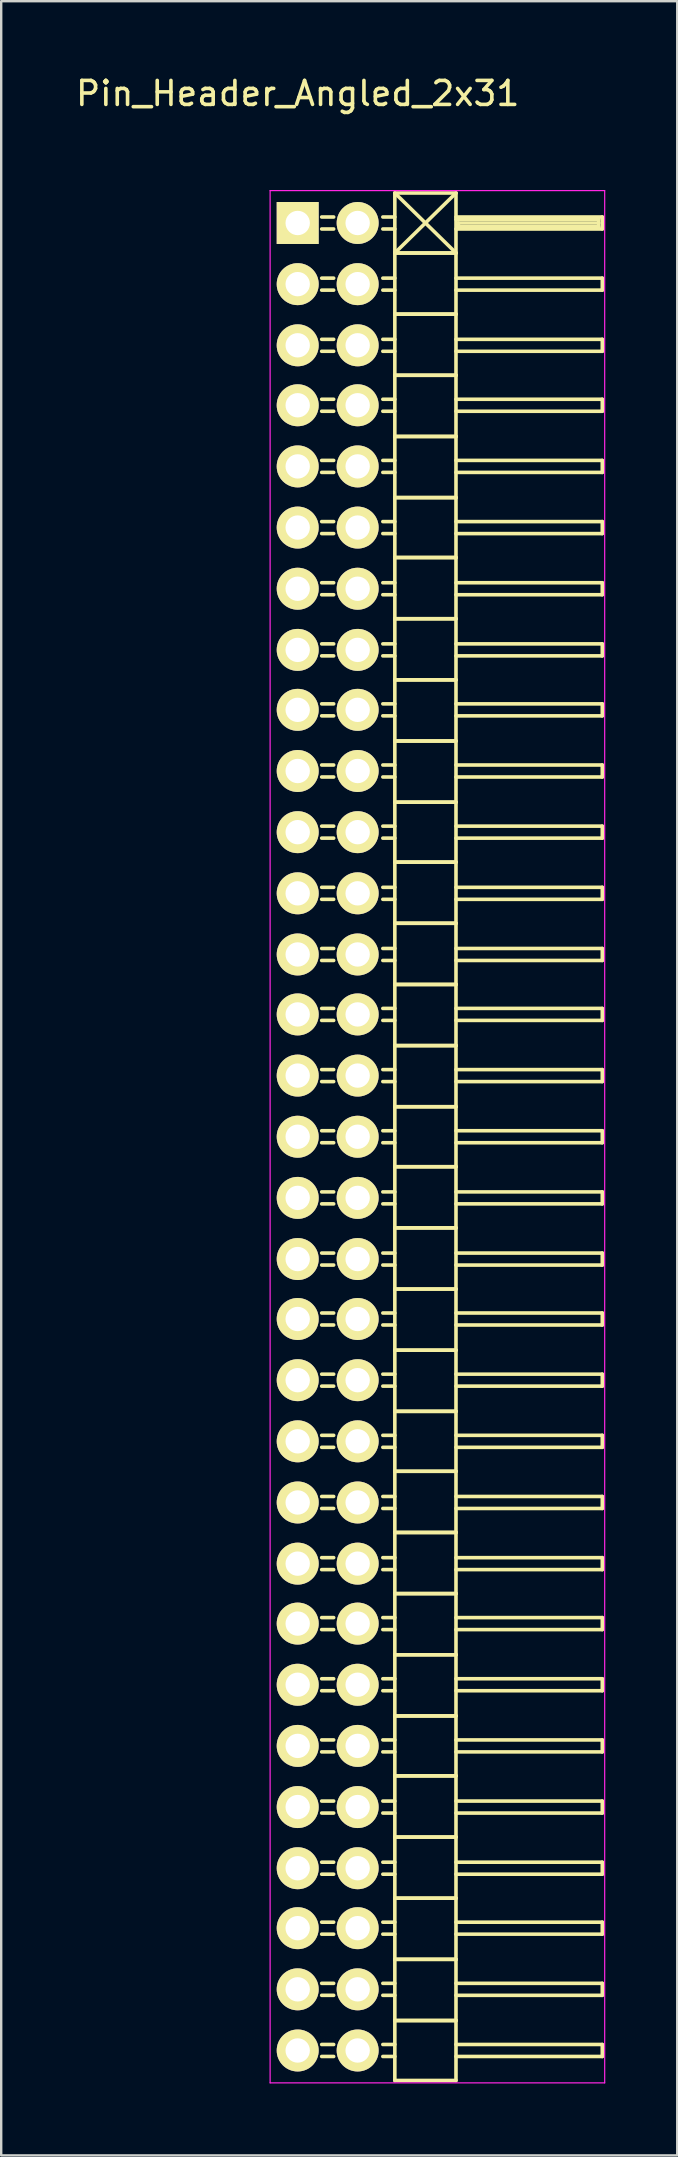
<source format=kicad_pcb>
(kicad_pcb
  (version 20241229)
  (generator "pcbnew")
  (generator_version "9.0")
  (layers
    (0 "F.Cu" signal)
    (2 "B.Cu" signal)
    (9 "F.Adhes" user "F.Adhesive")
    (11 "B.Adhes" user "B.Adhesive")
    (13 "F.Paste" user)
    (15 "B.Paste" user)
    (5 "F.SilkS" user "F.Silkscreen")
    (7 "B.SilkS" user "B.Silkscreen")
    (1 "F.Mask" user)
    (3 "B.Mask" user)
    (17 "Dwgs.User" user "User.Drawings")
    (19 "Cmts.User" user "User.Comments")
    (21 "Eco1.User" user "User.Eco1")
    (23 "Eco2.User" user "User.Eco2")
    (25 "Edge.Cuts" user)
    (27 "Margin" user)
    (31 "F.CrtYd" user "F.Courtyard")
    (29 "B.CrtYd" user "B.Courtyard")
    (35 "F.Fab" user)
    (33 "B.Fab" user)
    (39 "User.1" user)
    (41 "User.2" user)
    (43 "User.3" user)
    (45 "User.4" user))
  (footprint "Pin_Header_Angled_2x31"
    (layer "F.Cu")
    (at 9.363 6.248)
    (property "Reference" "Pin_Header_Angled_2x31" (at 0 -5.4 0) (layer "F.SilkS") (effects (font (size 1 1) (thickness 0.15))))
    (attr through_hole)
    (fp_line (start 1.5 -0.25) (end 1 -0.25) (stroke (width 0.15) (type solid)) (layer "F.SilkS"))
    (fp_line (start 1.5 0.25) (end 1 0.25) (stroke (width 0.15) (type solid)) (layer "F.SilkS"))
    (fp_line (start 1.5 2.3) (end 1 2.3) (stroke (width 0.15) (type solid)) (layer "F.SilkS"))
    (fp_line (start 1.5 2.8) (end 1 2.8) (stroke (width 0.15) (type solid)) (layer "F.SilkS"))
    (fp_line (start 1.5 4.85) (end 1 4.85) (stroke (width 0.15) (type solid)) (layer "F.SilkS"))
    (fp_line (start 1.5 5.35) (end 1 5.35) (stroke (width 0.15) (type solid)) (layer "F.SilkS"))
    (fp_line (start 1.5 7.35) (end 1 7.35) (stroke (width 0.15) (type solid)) (layer "F.SilkS"))
    (fp_line (start 1.5 7.85) (end 1 7.85) (stroke (width 0.15) (type solid)) (layer "F.SilkS"))
    (fp_line (start 1.5 9.9) (end 1 9.9) (stroke (width 0.15) (type solid)) (layer "F.SilkS"))
    (fp_line (start 1.5 10.4) (end 1 10.4) (stroke (width 0.15) (type solid)) (layer "F.SilkS"))
    (fp_line (start 1.5 12.45) (end 1 12.45) (stroke (width 0.15) (type solid)) (layer "F.SilkS"))
    (fp_line (start 1.5 12.95) (end 1 12.95) (stroke (width 0.15) (type solid)) (layer "F.SilkS"))
    (fp_line (start 1.5 15) (end 1 15) (stroke (width 0.15) (type solid)) (layer "F.SilkS"))
    (fp_line (start 1.5 15.5) (end 1 15.5) (stroke (width 0.15) (type solid)) (layer "F.SilkS"))
    (fp_line (start 1.5 17.55) (end 1 17.55) (stroke (width 0.15) (type solid)) (layer "F.SilkS"))
    (fp_line (start 1.5 18.05) (end 1 18.05) (stroke (width 0.15) (type solid)) (layer "F.SilkS"))
    (fp_line (start 1.5 20.05) (end 1 20.05) (stroke (width 0.15) (type solid)) (layer "F.SilkS"))
    (fp_line (start 1.5 20.55) (end 1 20.55) (stroke (width 0.15) (type solid)) (layer "F.SilkS"))
    (fp_line (start 1.5 22.6) (end 1 22.6) (stroke (width 0.15) (type solid)) (layer "F.SilkS"))
    (fp_line (start 1.5 23.1) (end 1 23.1) (stroke (width 0.15) (type solid)) (layer "F.SilkS"))
    (fp_line (start 1.5 25.15) (end 1 25.15) (stroke (width 0.15) (type solid)) (layer "F.SilkS"))
    (fp_line (start 1.5 25.65) (end 1 25.65) (stroke (width 0.15) (type solid)) (layer "F.SilkS"))
    (fp_line (start 1.5 27.7) (end 1 27.7) (stroke (width 0.15) (type solid)) (layer "F.SilkS"))
    (fp_line (start 1.5 28.2) (end 1 28.2) (stroke (width 0.15) (type solid)) (layer "F.SilkS"))
    (fp_line (start 1.5 30.25) (end 1 30.25) (stroke (width 0.15) (type solid)) (layer "F.SilkS"))
    (fp_line (start 1.5 30.75) (end 1 30.75) (stroke (width 0.15) (type solid)) (layer "F.SilkS"))
    (fp_line (start 1.5 32.75) (end 1 32.75) (stroke (width 0.15) (type solid)) (layer "F.SilkS"))
    (fp_line (start 1.5 33.25) (end 1 33.25) (stroke (width 0.15) (type solid)) (layer "F.SilkS"))
    (fp_line (start 1.5 35.3) (end 1 35.3) (stroke (width 0.15) (type solid)) (layer "F.SilkS"))
    (fp_line (start 1.5 35.8) (end 1 35.8) (stroke (width 0.15) (type solid)) (layer "F.SilkS"))
    (fp_line (start 1.5 37.85) (end 1 37.85) (stroke (width 0.15) (type solid)) (layer "F.SilkS"))
    (fp_line (start 1.5 38.35) (end 1 38.35) (stroke (width 0.15) (type solid)) (layer "F.SilkS"))
    (fp_line (start 1.5 40.4) (end 1 40.4) (stroke (width 0.15) (type solid)) (layer "F.SilkS"))
    (fp_line (start 1.5 40.9) (end 1 40.9) (stroke (width 0.15) (type solid)) (layer "F.SilkS"))
    (fp_line (start 1.5 42.95) (end 1 42.95) (stroke (width 0.15) (type solid)) (layer "F.SilkS"))
    (fp_line (start 1.5 43.45) (end 1 43.45) (stroke (width 0.15) (type solid)) (layer "F.SilkS"))
    (fp_line (start 1.5 45.45) (end 1 45.45) (stroke (width 0.15) (type solid)) (layer "F.SilkS"))
    (fp_line (start 1.5 45.95) (end 1 45.95) (stroke (width 0.15) (type solid)) (layer "F.SilkS"))
    (fp_line (start 1.5 48) (end 1 48) (stroke (width 0.15) (type solid)) (layer "F.SilkS"))
    (fp_line (start 1.5 48.5) (end 1 48.5) (stroke (width 0.15) (type solid)) (layer "F.SilkS"))
    (fp_line (start 1.5 50.55) (end 1 50.55) (stroke (width 0.15) (type solid)) (layer "F.SilkS"))
    (fp_line (start 1.5 51.05) (end 1 51.05) (stroke (width 0.15) (type solid)) (layer "F.SilkS"))
    (fp_line (start 1.5 53.1) (end 1 53.1) (stroke (width 0.15) (type solid)) (layer "F.SilkS"))
    (fp_line (start 1.5 53.6) (end 1 53.6) (stroke (width 0.15) (type solid)) (layer "F.SilkS"))
    (fp_line (start 1.5 55.65) (end 1 55.65) (stroke (width 0.15) (type solid)) (layer "F.SilkS"))
    (fp_line (start 1.5 56.15) (end 1 56.15) (stroke (width 0.15) (type solid)) (layer "F.SilkS"))
    (fp_line (start 1.5 58.15) (end 1 58.15) (stroke (width 0.15) (type solid)) (layer "F.SilkS"))
    (fp_line (start 1.5 58.65) (end 1 58.65) (stroke (width 0.15) (type solid)) (layer "F.SilkS"))
    (fp_line (start 1.5 60.7) (end 1 60.7) (stroke (width 0.15) (type solid)) (layer "F.SilkS"))
    (fp_line (start 1.5 61.2) (end 1 61.2) (stroke (width 0.15) (type solid)) (layer "F.SilkS"))
    (fp_line (start 1.5 63.25) (end 1 63.25) (stroke (width 0.15) (type solid)) (layer "F.SilkS"))
    (fp_line (start 1.5 63.75) (end 1 63.75) (stroke (width 0.15) (type solid)) (layer "F.SilkS"))
    (fp_line (start 1.5 65.8) (end 1 65.8) (stroke (width 0.15) (type solid)) (layer "F.SilkS"))
    (fp_line (start 1.5 66.3) (end 1 66.3) (stroke (width 0.15) (type solid)) (layer "F.SilkS"))
    (fp_line (start 1.5 68.35) (end 1 68.35) (stroke (width 0.15) (type solid)) (layer "F.SilkS"))
    (fp_line (start 1.5 68.85) (end 1 68.85) (stroke (width 0.15) (type solid)) (layer "F.SilkS"))
    (fp_line (start 1.5 70.85) (end 1 70.85) (stroke (width 0.15) (type solid)) (layer "F.SilkS"))
    (fp_line (start 1.5 71.35) (end 1 71.35) (stroke (width 0.15) (type solid)) (layer "F.SilkS"))
    (fp_line (start 1.5 73.4) (end 1 73.4) (stroke (width 0.15) (type solid)) (layer "F.SilkS"))
    (fp_line (start 1.5 73.9) (end 1 73.9) (stroke (width 0.15) (type solid)) (layer "F.SilkS"))
    (fp_line (start 1.5 75.95) (end 1 75.95) (stroke (width 0.15) (type solid)) (layer "F.SilkS"))
    (fp_line (start 1.5 76.45) (end 1 76.45) (stroke (width 0.15) (type solid)) (layer "F.SilkS"))
    (fp_line (start 4.05 -1.25) (end 4.05 1.25) (stroke (width 0.15) (type solid)) (layer "F.SilkS"))
    (fp_line (start 4.05 -1.25) (end 6.6 -1.25) (stroke (width 0.15) (type solid)) (layer "F.SilkS"))
    (fp_line (start 4.05 -1.25) (end 6.6 1.25) (stroke (width 0.15) (type solid)) (layer "F.SilkS"))
    (fp_line (start 4.05 -0.25) (end 3.55 -0.25) (stroke (width 0.15) (type solid)) (layer "F.SilkS"))
    (fp_line (start 4.05 0.25) (end 3.55 0.25) (stroke (width 0.15) (type solid)) (layer "F.SilkS"))
    (fp_line (start 4.05 1.25) (end 4.05 3.8) (stroke (width 0.15) (type solid)) (layer "F.SilkS"))
    (fp_line (start 4.05 1.25) (end 6.6 1.25) (stroke (width 0.15) (type solid)) (layer "F.SilkS"))
    (fp_line (start 4.05 1.25) (end 6.6 1.25) (stroke (width 0.15) (type solid)) (layer "F.SilkS"))
    (fp_line (start 4.05 2.3) (end 3.55 2.3) (stroke (width 0.15) (type solid)) (layer "F.SilkS"))
    (fp_line (start 4.05 2.8) (end 3.55 2.8) (stroke (width 0.15) (type solid)) (layer "F.SilkS"))
    (fp_line (start 4.05 3.8) (end 4.05 6.35) (stroke (width 0.15) (type solid)) (layer "F.SilkS"))
    (fp_line (start 4.05 3.8) (end 6.6 3.8) (stroke (width 0.15) (type solid)) (layer "F.SilkS"))
    (fp_line (start 4.05 3.8) (end 6.6 3.8) (stroke (width 0.15) (type solid)) (layer "F.SilkS"))
    (fp_line (start 4.05 4.85) (end 3.55 4.85) (stroke (width 0.15) (type solid)) (layer "F.SilkS"))
    (fp_line (start 4.05 5.35) (end 3.55 5.35) (stroke (width 0.15) (type solid)) (layer "F.SilkS"))
    (fp_line (start 4.05 6.35) (end 4.05 8.9) (stroke (width 0.15) (type solid)) (layer "F.SilkS"))
    (fp_line (start 4.05 6.35) (end 6.6 6.35) (stroke (width 0.15) (type solid)) (layer "F.SilkS"))
    (fp_line (start 4.05 6.35) (end 6.6 6.35) (stroke (width 0.15) (type solid)) (layer "F.SilkS"))
    (fp_line (start 4.05 7.35) (end 3.55 7.35) (stroke (width 0.15) (type solid)) (layer "F.SilkS"))
    (fp_line (start 4.05 7.85) (end 3.55 7.85) (stroke (width 0.15) (type solid)) (layer "F.SilkS"))
    (fp_line (start 4.05 8.9) (end 4.05 11.45) (stroke (width 0.15) (type solid)) (layer "F.SilkS"))
    (fp_line (start 4.05 8.9) (end 6.6 8.9) (stroke (width 0.15) (type solid)) (layer "F.SilkS"))
    (fp_line (start 4.05 8.9) (end 6.6 8.9) (stroke (width 0.15) (type solid)) (layer "F.SilkS"))
    (fp_line (start 4.05 9.9) (end 3.55 9.9) (stroke (width 0.15) (type solid)) (layer "F.SilkS"))
    (fp_line (start 4.05 10.4) (end 3.55 10.4) (stroke (width 0.15) (type solid)) (layer "F.SilkS"))
    (fp_line (start 4.05 11.45) (end 4.05 13.95) (stroke (width 0.15) (type solid)) (layer "F.SilkS"))
    (fp_line (start 4.05 11.45) (end 6.6 11.45) (stroke (width 0.15) (type solid)) (layer "F.SilkS"))
    (fp_line (start 4.05 11.45) (end 6.6 11.45) (stroke (width 0.15) (type solid)) (layer "F.SilkS"))
    (fp_line (start 4.05 12.45) (end 3.55 12.45) (stroke (width 0.15) (type solid)) (layer "F.SilkS"))
    (fp_line (start 4.05 12.95) (end 3.55 12.95) (stroke (width 0.15) (type solid)) (layer "F.SilkS"))
    (fp_line (start 4.05 13.95) (end 4.05 16.5) (stroke (width 0.15) (type solid)) (layer "F.SilkS"))
    (fp_line (start 4.05 13.95) (end 6.6 13.95) (stroke (width 0.15) (type solid)) (layer "F.SilkS"))
    (fp_line (start 4.05 13.95) (end 6.6 13.95) (stroke (width 0.15) (type solid)) (layer "F.SilkS"))
    (fp_line (start 4.05 15) (end 3.55 15) (stroke (width 0.15) (type solid)) (layer "F.SilkS"))
    (fp_line (start 4.05 15.5) (end 3.55 15.5) (stroke (width 0.15) (type solid)) (layer "F.SilkS"))
    (fp_line (start 4.05 16.5) (end 4.05 19.05) (stroke (width 0.15) (type solid)) (layer "F.SilkS"))
    (fp_line (start 4.05 16.5) (end 6.6 16.5) (stroke (width 0.15) (type solid)) (layer "F.SilkS"))
    (fp_line (start 4.05 16.5) (end 6.6 16.5) (stroke (width 0.15) (type solid)) (layer "F.SilkS"))
    (fp_line (start 4.05 17.55) (end 3.55 17.55) (stroke (width 0.15) (type solid)) (layer "F.SilkS"))
    (fp_line (start 4.05 18.05) (end 3.55 18.05) (stroke (width 0.15) (type solid)) (layer "F.SilkS"))
    (fp_line (start 4.05 19.05) (end 4.05 21.6) (stroke (width 0.15) (type solid)) (layer "F.SilkS"))
    (fp_line (start 4.05 19.05) (end 6.6 19.05) (stroke (width 0.15) (type solid)) (layer "F.SilkS"))
    (fp_line (start 4.05 19.05) (end 6.6 19.05) (stroke (width 0.15) (type solid)) (layer "F.SilkS"))
    (fp_line (start 4.05 20.05) (end 3.55 20.05) (stroke (width 0.15) (type solid)) (layer "F.SilkS"))
    (fp_line (start 4.05 20.55) (end 3.55 20.55) (stroke (width 0.15) (type solid)) (layer "F.SilkS"))
    (fp_line (start 4.05 21.6) (end 4.05 24.15) (stroke (width 0.15) (type solid)) (layer "F.SilkS"))
    (fp_line (start 4.05 21.6) (end 6.6 21.6) (stroke (width 0.15) (type solid)) (layer "F.SilkS"))
    (fp_line (start 4.05 21.6) (end 6.6 21.6) (stroke (width 0.15) (type solid)) (layer "F.SilkS"))
    (fp_line (start 4.05 22.6) (end 3.55 22.6) (stroke (width 0.15) (type solid)) (layer "F.SilkS"))
    (fp_line (start 4.05 23.1) (end 3.55 23.1) (stroke (width 0.15) (type solid)) (layer "F.SilkS"))
    (fp_line (start 4.05 24.15) (end 4.05 26.65) (stroke (width 0.15) (type solid)) (layer "F.SilkS"))
    (fp_line (start 4.05 24.15) (end 6.6 24.15) (stroke (width 0.15) (type solid)) (layer "F.SilkS"))
    (fp_line (start 4.05 24.15) (end 6.6 24.15) (stroke (width 0.15) (type solid)) (layer "F.SilkS"))
    (fp_line (start 4.05 25.15) (end 3.55 25.15) (stroke (width 0.15) (type solid)) (layer "F.SilkS"))
    (fp_line (start 4.05 25.65) (end 3.55 25.65) (stroke (width 0.15) (type solid)) (layer "F.SilkS"))
    (fp_line (start 4.05 26.65) (end 4.05 29.2) (stroke (width 0.15) (type solid)) (layer "F.SilkS"))
    (fp_line (start 4.05 26.65) (end 6.6 26.65) (stroke (width 0.15) (type solid)) (layer "F.SilkS"))
    (fp_line (start 4.05 26.65) (end 6.6 26.65) (stroke (width 0.15) (type solid)) (layer "F.SilkS"))
    (fp_line (start 4.05 27.7) (end 3.55 27.7) (stroke (width 0.15) (type solid)) (layer "F.SilkS"))
    (fp_line (start 4.05 28.2) (end 3.55 28.2) (stroke (width 0.15) (type solid)) (layer "F.SilkS"))
    (fp_line (start 4.05 29.2) (end 4.05 31.75) (stroke (width 0.15) (type solid)) (layer "F.SilkS"))
    (fp_line (start 4.05 29.2) (end 6.6 29.2) (stroke (width 0.15) (type solid)) (layer "F.SilkS"))
    (fp_line (start 4.05 29.2) (end 6.6 29.2) (stroke (width 0.15) (type solid)) (layer "F.SilkS"))
    (fp_line (start 4.05 30.25) (end 3.55 30.25) (stroke (width 0.15) (type solid)) (layer "F.SilkS"))
    (fp_line (start 4.05 30.75) (end 3.55 30.75) (stroke (width 0.15) (type solid)) (layer "F.SilkS"))
    (fp_line (start 4.05 31.75) (end 4.05 34.3) (stroke (width 0.15) (type solid)) (layer "F.SilkS"))
    (fp_line (start 4.05 31.75) (end 6.6 31.75) (stroke (width 0.15) (type solid)) (layer "F.SilkS"))
    (fp_line (start 4.05 31.75) (end 6.6 31.75) (stroke (width 0.15) (type solid)) (layer "F.SilkS"))
    (fp_line (start 4.05 32.75) (end 3.55 32.75) (stroke (width 0.15) (type solid)) (layer "F.SilkS"))
    (fp_line (start 4.05 33.25) (end 3.55 33.25) (stroke (width 0.15) (type solid)) (layer "F.SilkS"))
    (fp_line (start 4.05 34.3) (end 4.05 36.85) (stroke (width 0.15) (type solid)) (layer "F.SilkS"))
    (fp_line (start 4.05 34.3) (end 6.6 34.3) (stroke (width 0.15) (type solid)) (layer "F.SilkS"))
    (fp_line (start 4.05 34.3) (end 6.6 34.3) (stroke (width 0.15) (type solid)) (layer "F.SilkS"))
    (fp_line (start 4.05 35.3) (end 3.55 35.3) (stroke (width 0.15) (type solid)) (layer "F.SilkS"))
    (fp_line (start 4.05 35.8) (end 3.55 35.8) (stroke (width 0.15) (type solid)) (layer "F.SilkS"))
    (fp_line (start 4.05 36.85) (end 4.05 39.35) (stroke (width 0.15) (type solid)) (layer "F.SilkS"))
    (fp_line (start 4.05 36.85) (end 6.6 36.85) (stroke (width 0.15) (type solid)) (layer "F.SilkS"))
    (fp_line (start 4.05 36.85) (end 6.6 36.85) (stroke (width 0.15) (type solid)) (layer "F.SilkS"))
    (fp_line (start 4.05 37.85) (end 3.55 37.85) (stroke (width 0.15) (type solid)) (layer "F.SilkS"))
    (fp_line (start 4.05 38.35) (end 3.55 38.35) (stroke (width 0.15) (type solid)) (layer "F.SilkS"))
    (fp_line (start 4.05 39.35) (end 4.05 41.9) (stroke (width 0.15) (type solid)) (layer "F.SilkS"))
    (fp_line (start 4.05 39.35) (end 6.6 39.35) (stroke (width 0.15) (type solid)) (layer "F.SilkS"))
    (fp_line (start 4.05 39.35) (end 6.6 39.35) (stroke (width 0.15) (type solid)) (layer "F.SilkS"))
    (fp_line (start 4.05 40.4) (end 3.55 40.4) (stroke (width 0.15) (type solid)) (layer "F.SilkS"))
    (fp_line (start 4.05 40.9) (end 3.55 40.9) (stroke (width 0.15) (type solid)) (layer "F.SilkS"))
    (fp_line (start 4.05 41.9) (end 4.05 44.45) (stroke (width 0.15) (type solid)) (layer "F.SilkS"))
    (fp_line (start 4.05 41.9) (end 6.6 41.9) (stroke (width 0.15) (type solid)) (layer "F.SilkS"))
    (fp_line (start 4.05 41.9) (end 6.6 41.9) (stroke (width 0.15) (type solid)) (layer "F.SilkS"))
    (fp_line (start 4.05 42.95) (end 3.55 42.95) (stroke (width 0.15) (type solid)) (layer "F.SilkS"))
    (fp_line (start 4.05 43.45) (end 3.55 43.45) (stroke (width 0.15) (type solid)) (layer "F.SilkS"))
    (fp_line (start 4.05 44.45) (end 4.05 47) (stroke (width 0.15) (type solid)) (layer "F.SilkS"))
    (fp_line (start 4.05 44.45) (end 6.6 44.45) (stroke (width 0.15) (type solid)) (layer "F.SilkS"))
    (fp_line (start 4.05 44.45) (end 6.6 44.45) (stroke (width 0.15) (type solid)) (layer "F.SilkS"))
    (fp_line (start 4.05 45.45) (end 3.55 45.45) (stroke (width 0.15) (type solid)) (layer "F.SilkS"))
    (fp_line (start 4.05 45.95) (end 3.55 45.95) (stroke (width 0.15) (type solid)) (layer "F.SilkS"))
    (fp_line (start 4.05 47) (end 4.05 49.55) (stroke (width 0.15) (type solid)) (layer "F.SilkS"))
    (fp_line (start 4.05 47) (end 6.6 47) (stroke (width 0.15) (type solid)) (layer "F.SilkS"))
    (fp_line (start 4.05 47) (end 6.6 47) (stroke (width 0.15) (type solid)) (layer "F.SilkS"))
    (fp_line (start 4.05 48) (end 3.55 48) (stroke (width 0.15) (type solid)) (layer "F.SilkS"))
    (fp_line (start 4.05 48.5) (end 3.55 48.5) (stroke (width 0.15) (type solid)) (layer "F.SilkS"))
    (fp_line (start 4.05 49.55) (end 4.05 52.05) (stroke (width 0.15) (type solid)) (layer "F.SilkS"))
    (fp_line (start 4.05 49.55) (end 6.6 49.55) (stroke (width 0.15) (type solid)) (layer "F.SilkS"))
    (fp_line (start 4.05 49.55) (end 6.6 49.55) (stroke (width 0.15) (type solid)) (layer "F.SilkS"))
    (fp_line (start 4.05 50.55) (end 3.55 50.55) (stroke (width 0.15) (type solid)) (layer "F.SilkS"))
    (fp_line (start 4.05 51.05) (end 3.55 51.05) (stroke (width 0.15) (type solid)) (layer "F.SilkS"))
    (fp_line (start 4.05 52.05) (end 4.05 54.6) (stroke (width 0.15) (type solid)) (layer "F.SilkS"))
    (fp_line (start 4.05 52.05) (end 6.6 52.05) (stroke (width 0.15) (type solid)) (layer "F.SilkS"))
    (fp_line (start 4.05 52.05) (end 6.6 52.05) (stroke (width 0.15) (type solid)) (layer "F.SilkS"))
    (fp_line (start 4.05 53.1) (end 3.55 53.1) (stroke (width 0.15) (type solid)) (layer "F.SilkS"))
    (fp_line (start 4.05 53.6) (end 3.55 53.6) (stroke (width 0.15) (type solid)) (layer "F.SilkS"))
    (fp_line (start 4.05 54.6) (end 4.05 57.15) (stroke (width 0.15) (type solid)) (layer "F.SilkS"))
    (fp_line (start 4.05 54.6) (end 6.6 54.6) (stroke (width 0.15) (type solid)) (layer "F.SilkS"))
    (fp_line (start 4.05 54.6) (end 6.6 54.6) (stroke (width 0.15) (type solid)) (layer "F.SilkS"))
    (fp_line (start 4.05 55.65) (end 3.55 55.65) (stroke (width 0.15) (type solid)) (layer "F.SilkS"))
    (fp_line (start 4.05 56.15) (end 3.55 56.15) (stroke (width 0.15) (type solid)) (layer "F.SilkS"))
    (fp_line (start 4.05 57.15) (end 4.05 59.7) (stroke (width 0.15) (type solid)) (layer "F.SilkS"))
    (fp_line (start 4.05 57.15) (end 6.6 57.15) (stroke (width 0.15) (type solid)) (layer "F.SilkS"))
    (fp_line (start 4.05 57.15) (end 6.6 57.15) (stroke (width 0.15) (type solid)) (layer "F.SilkS"))
    (fp_line (start 4.05 58.15) (end 3.55 58.15) (stroke (width 0.15) (type solid)) (layer "F.SilkS"))
    (fp_line (start 4.05 58.65) (end 3.55 58.65) (stroke (width 0.15) (type solid)) (layer "F.SilkS"))
    (fp_line (start 4.05 59.7) (end 4.05 62.25) (stroke (width 0.15) (type solid)) (layer "F.SilkS"))
    (fp_line (start 4.05 59.7) (end 6.6 59.7) (stroke (width 0.15) (type solid)) (layer "F.SilkS"))
    (fp_line (start 4.05 59.7) (end 6.6 59.7) (stroke (width 0.15) (type solid)) (layer "F.SilkS"))
    (fp_line (start 4.05 60.7) (end 3.55 60.7) (stroke (width 0.15) (type solid)) (layer "F.SilkS"))
    (fp_line (start 4.05 61.2) (end 3.55 61.2) (stroke (width 0.15) (type solid)) (layer "F.SilkS"))
    (fp_line (start 4.05 62.25) (end 4.05 64.75) (stroke (width 0.15) (type solid)) (layer "F.SilkS"))
    (fp_line (start 4.05 62.25) (end 6.6 62.25) (stroke (width 0.15) (type solid)) (layer "F.SilkS"))
    (fp_line (start 4.05 62.25) (end 6.6 62.25) (stroke (width 0.15) (type solid)) (layer "F.SilkS"))
    (fp_line (start 4.05 63.25) (end 3.55 63.25) (stroke (width 0.15) (type solid)) (layer "F.SilkS"))
    (fp_line (start 4.05 63.75) (end 3.55 63.75) (stroke (width 0.15) (type solid)) (layer "F.SilkS"))
    (fp_line (start 4.05 64.75) (end 4.05 67.3) (stroke (width 0.15) (type solid)) (layer "F.SilkS"))
    (fp_line (start 4.05 64.75) (end 6.6 64.75) (stroke (width 0.15) (type solid)) (layer "F.SilkS"))
    (fp_line (start 4.05 64.75) (end 6.6 64.75) (stroke (width 0.15) (type solid)) (layer "F.SilkS"))
    (fp_line (start 4.05 65.8) (end 3.55 65.8) (stroke (width 0.15) (type solid)) (layer "F.SilkS"))
    (fp_line (start 4.05 66.3) (end 3.55 66.3) (stroke (width 0.15) (type solid)) (layer "F.SilkS"))
    (fp_line (start 4.05 67.3) (end 4.05 69.85) (stroke (width 0.15) (type solid)) (layer "F.SilkS"))
    (fp_line (start 4.05 67.3) (end 6.6 67.3) (stroke (width 0.15) (type solid)) (layer "F.SilkS"))
    (fp_line (start 4.05 67.3) (end 6.6 67.3) (stroke (width 0.15) (type solid)) (layer "F.SilkS"))
    (fp_line (start 4.05 68.35) (end 3.55 68.35) (stroke (width 0.15) (type solid)) (layer "F.SilkS"))
    (fp_line (start 4.05 68.85) (end 3.55 68.85) (stroke (width 0.15) (type solid)) (layer "F.SilkS"))
    (fp_line (start 4.05 69.85) (end 4.05 72.4) (stroke (width 0.15) (type solid)) (layer "F.SilkS"))
    (fp_line (start 4.05 69.85) (end 6.6 69.85) (stroke (width 0.15) (type solid)) (layer "F.SilkS"))
    (fp_line (start 4.05 69.85) (end 6.6 69.85) (stroke (width 0.15) (type solid)) (layer "F.SilkS"))
    (fp_line (start 4.05 70.85) (end 3.55 70.85) (stroke (width 0.15) (type solid)) (layer "F.SilkS"))
    (fp_line (start 4.05 71.35) (end 3.55 71.35) (stroke (width 0.15) (type solid)) (layer "F.SilkS"))
    (fp_line (start 4.05 72.4) (end 4.05 74.95) (stroke (width 0.15) (type solid)) (layer "F.SilkS"))
    (fp_line (start 4.05 72.4) (end 6.6 72.4) (stroke (width 0.15) (type solid)) (layer "F.SilkS"))
    (fp_line (start 4.05 72.4) (end 6.6 72.4) (stroke (width 0.15) (type solid)) (layer "F.SilkS"))
    (fp_line (start 4.05 73.4) (end 3.55 73.4) (stroke (width 0.15) (type solid)) (layer "F.SilkS"))
    (fp_line (start 4.05 73.9) (end 3.55 73.9) (stroke (width 0.15) (type solid)) (layer "F.SilkS"))
    (fp_line (start 4.05 74.95) (end 4.05 77.45) (stroke (width 0.15) (type solid)) (layer "F.SilkS"))
    (fp_line (start 4.05 74.95) (end 6.6 74.95) (stroke (width 0.15) (type solid)) (layer "F.SilkS"))
    (fp_line (start 4.05 74.95) (end 6.6 74.95) (stroke (width 0.15) (type solid)) (layer "F.SilkS"))
    (fp_line (start 4.05 75.95) (end 3.55 75.95) (stroke (width 0.15) (type solid)) (layer "F.SilkS"))
    (fp_line (start 4.05 76.45) (end 3.55 76.45) (stroke (width 0.15) (type solid)) (layer "F.SilkS"))
    (fp_line (start 4.05 77.45) (end 6.6 77.45) (stroke (width 0.15) (type solid)) (layer "F.SilkS"))
    (fp_line (start 6.6 -1.25) (end 4.05 1.25) (stroke (width 0.15) (type solid)) (layer "F.SilkS"))
    (fp_line (start 6.6 -0.25) (end 12.7 -0.25) (stroke (width 0.15) (type solid)) (layer "F.SilkS"))
    (fp_line (start 6.6 -0.15) (end 12.55 -0.15) (stroke (width 0.15) (type solid)) (layer "F.SilkS"))
    (fp_line (start 6.6 1.25) (end 6.6 -1.25) (stroke (width 0.15) (type solid)) (layer "F.SilkS"))
    (fp_line (start 6.6 2.3) (end 12.7 2.3) (stroke (width 0.15) (type solid)) (layer "F.SilkS"))
    (fp_line (start 6.6 3.8) (end 6.6 1.25) (stroke (width 0.15) (type solid)) (layer "F.SilkS"))
    (fp_line (start 6.6 4.85) (end 12.7 4.85) (stroke (width 0.15) (type solid)) (layer "F.SilkS"))
    (fp_line (start 6.6 6.35) (end 6.6 3.8) (stroke (width 0.15) (type solid)) (layer "F.SilkS"))
    (fp_line (start 6.6 7.35) (end 12.7 7.35) (stroke (width 0.15) (type solid)) (layer "F.SilkS"))
    (fp_line (start 6.6 8.9) (end 6.6 6.35) (stroke (width 0.15) (type solid)) (layer "F.SilkS"))
    (fp_line (start 6.6 9.9) (end 12.7 9.9) (stroke (width 0.15) (type solid)) (layer "F.SilkS"))
    (fp_line (start 6.6 11.45) (end 6.6 8.9) (stroke (width 0.15) (type solid)) (layer "F.SilkS"))
    (fp_line (start 6.6 12.45) (end 12.7 12.45) (stroke (width 0.15) (type solid)) (layer "F.SilkS"))
    (fp_line (start 6.6 13.95) (end 6.6 11.45) (stroke (width 0.15) (type solid)) (layer "F.SilkS"))
    (fp_line (start 6.6 15) (end 12.7 15) (stroke (width 0.15) (type solid)) (layer "F.SilkS"))
    (fp_line (start 6.6 16.5) (end 6.6 13.95) (stroke (width 0.15) (type solid)) (layer "F.SilkS"))
    (fp_line (start 6.6 17.55) (end 12.7 17.55) (stroke (width 0.15) (type solid)) (layer "F.SilkS"))
    (fp_line (start 6.6 19.05) (end 6.6 16.5) (stroke (width 0.15) (type solid)) (layer "F.SilkS"))
    (fp_line (start 6.6 20.05) (end 12.7 20.05) (stroke (width 0.15) (type solid)) (layer "F.SilkS"))
    (fp_line (start 6.6 21.6) (end 6.6 19.05) (stroke (width 0.15) (type solid)) (layer "F.SilkS"))
    (fp_line (start 6.6 22.6) (end 12.7 22.6) (stroke (width 0.15) (type solid)) (layer "F.SilkS"))
    (fp_line (start 6.6 24.15) (end 6.6 21.6) (stroke (width 0.15) (type solid)) (layer "F.SilkS"))
    (fp_line (start 6.6 25.15) (end 12.7 25.15) (stroke (width 0.15) (type solid)) (layer "F.SilkS"))
    (fp_line (start 6.6 26.65) (end 6.6 24.15) (stroke (width 0.15) (type solid)) (layer "F.SilkS"))
    (fp_line (start 6.6 27.7) (end 12.7 27.7) (stroke (width 0.15) (type solid)) (layer "F.SilkS"))
    (fp_line (start 6.6 29.2) (end 6.6 26.65) (stroke (width 0.15) (type solid)) (layer "F.SilkS"))
    (fp_line (start 6.6 30.25) (end 12.7 30.25) (stroke (width 0.15) (type solid)) (layer "F.SilkS"))
    (fp_line (start 6.6 31.75) (end 6.6 29.2) (stroke (width 0.15) (type solid)) (layer "F.SilkS"))
    (fp_line (start 6.6 32.75) (end 12.7 32.75) (stroke (width 0.15) (type solid)) (layer "F.SilkS"))
    (fp_line (start 6.6 34.3) (end 6.6 31.75) (stroke (width 0.15) (type solid)) (layer "F.SilkS"))
    (fp_line (start 6.6 35.3) (end 12.7 35.3) (stroke (width 0.15) (type solid)) (layer "F.SilkS"))
    (fp_line (start 6.6 36.85) (end 6.6 34.3) (stroke (width 0.15) (type solid)) (layer "F.SilkS"))
    (fp_line (start 6.6 37.85) (end 12.7 37.85) (stroke (width 0.15) (type solid)) (layer "F.SilkS"))
    (fp_line (start 6.6 39.35) (end 6.6 36.85) (stroke (width 0.15) (type solid)) (layer "F.SilkS"))
    (fp_line (start 6.6 40.4) (end 12.7 40.4) (stroke (width 0.15) (type solid)) (layer "F.SilkS"))
    (fp_line (start 6.6 41.9) (end 6.6 39.35) (stroke (width 0.15) (type solid)) (layer "F.SilkS"))
    (fp_line (start 6.6 42.95) (end 12.7 42.95) (stroke (width 0.15) (type solid)) (layer "F.SilkS"))
    (fp_line (start 6.6 44.45) (end 6.6 41.9) (stroke (width 0.15) (type solid)) (layer "F.SilkS"))
    (fp_line (start 6.6 45.45) (end 12.7 45.45) (stroke (width 0.15) (type solid)) (layer "F.SilkS"))
    (fp_line (start 6.6 47) (end 6.6 44.45) (stroke (width 0.15) (type solid)) (layer "F.SilkS"))
    (fp_line (start 6.6 48) (end 12.7 48) (stroke (width 0.15) (type solid)) (layer "F.SilkS"))
    (fp_line (start 6.6 49.55) (end 6.6 47) (stroke (width 0.15) (type solid)) (layer "F.SilkS"))
    (fp_line (start 6.6 50.55) (end 12.7 50.55) (stroke (width 0.15) (type solid)) (layer "F.SilkS"))
    (fp_line (start 6.6 52.05) (end 6.6 49.55) (stroke (width 0.15) (type solid)) (layer "F.SilkS"))
    (fp_line (start 6.6 53.1) (end 12.7 53.1) (stroke (width 0.15) (type solid)) (layer "F.SilkS"))
    (fp_line (start 6.6 54.6) (end 6.6 52.05) (stroke (width 0.15) (type solid)) (layer "F.SilkS"))
    (fp_line (start 6.6 55.65) (end 12.7 55.65) (stroke (width 0.15) (type solid)) (layer "F.SilkS"))
    (fp_line (start 6.6 57.15) (end 6.6 54.6) (stroke (width 0.15) (type solid)) (layer "F.SilkS"))
    (fp_line (start 6.6 58.15) (end 12.7 58.15) (stroke (width 0.15) (type solid)) (layer "F.SilkS"))
    (fp_line (start 6.6 59.7) (end 6.6 57.15) (stroke (width 0.15) (type solid)) (layer "F.SilkS"))
    (fp_line (start 6.6 60.7) (end 12.7 60.7) (stroke (width 0.15) (type solid)) (layer "F.SilkS"))
    (fp_line (start 6.6 62.25) (end 6.6 59.7) (stroke (width 0.15) (type solid)) (layer "F.SilkS"))
    (fp_line (start 6.6 63.25) (end 12.7 63.25) (stroke (width 0.15) (type solid)) (layer "F.SilkS"))
    (fp_line (start 6.6 64.75) (end 6.6 62.25) (stroke (width 0.15) (type solid)) (layer "F.SilkS"))
    (fp_line (start 6.6 65.8) (end 12.7 65.8) (stroke (width 0.15) (type solid)) (layer "F.SilkS"))
    (fp_line (start 6.6 67.3) (end 6.6 64.75) (stroke (width 0.15) (type solid)) (layer "F.SilkS"))
    (fp_line (start 6.6 68.35) (end 12.7 68.35) (stroke (width 0.15) (type solid)) (layer "F.SilkS"))
    (fp_line (start 6.6 69.85) (end 6.6 67.3) (stroke (width 0.15) (type solid)) (layer "F.SilkS"))
    (fp_line (start 6.6 70.85) (end 12.7 70.85) (stroke (width 0.15) (type solid)) (layer "F.SilkS"))
    (fp_line (start 6.6 72.4) (end 6.6 69.85) (stroke (width 0.15) (type solid)) (layer "F.SilkS"))
    (fp_line (start 6.6 73.4) (end 12.7 73.4) (stroke (width 0.15) (type solid)) (layer "F.SilkS"))
    (fp_line (start 6.6 74.95) (end 6.6 72.4) (stroke (width 0.15) (type solid)) (layer "F.SilkS"))
    (fp_line (start 6.6 75.95) (end 12.7 75.95) (stroke (width 0.15) (type solid)) (layer "F.SilkS"))
    (fp_line (start 6.6 77.45) (end 6.6 74.95) (stroke (width 0.15) (type solid)) (layer "F.SilkS"))
    (fp_line (start 6.7 0) (end 12.55 0) (stroke (width 0.15) (type solid)) (layer "F.SilkS"))
    (fp_line (start 6.7 0.15) (end 6.7 0) (stroke (width 0.15) (type solid)) (layer "F.SilkS"))
    (fp_line (start 12.55 -0.15) (end 12.55 0.15) (stroke (width 0.15) (type solid)) (layer "F.SilkS"))
    (fp_line (start 12.55 0.15) (end 6.7 0.15) (stroke (width 0.15) (type solid)) (layer "F.SilkS"))
    (fp_line (start 12.7 -0.25) (end 12.7 0.25) (stroke (width 0.15) (type solid)) (layer "F.SilkS"))
    (fp_line (start 12.7 0.25) (end 6.6 0.25) (stroke (width 0.15) (type solid)) (layer "F.SilkS"))
    (fp_line (start 12.7 2.3) (end 12.7 2.8) (stroke (width 0.15) (type solid)) (layer "F.SilkS"))
    (fp_line (start 12.7 2.8) (end 6.6 2.8) (stroke (width 0.15) (type solid)) (layer "F.SilkS"))
    (fp_line (start 12.7 4.85) (end 12.7 5.35) (stroke (width 0.15) (type solid)) (layer "F.SilkS"))
    (fp_line (start 12.7 5.35) (end 6.6 5.35) (stroke (width 0.15) (type solid)) (layer "F.SilkS"))
    (fp_line (start 12.7 7.35) (end 12.7 7.85) (stroke (width 0.15) (type solid)) (layer "F.SilkS"))
    (fp_line (start 12.7 7.85) (end 6.6 7.85) (stroke (width 0.15) (type solid)) (layer "F.SilkS"))
    (fp_line (start 12.7 9.9) (end 12.7 10.4) (stroke (width 0.15) (type solid)) (layer "F.SilkS"))
    (fp_line (start 12.7 10.4) (end 6.6 10.4) (stroke (width 0.15) (type solid)) (layer "F.SilkS"))
    (fp_line (start 12.7 12.45) (end 12.7 12.95) (stroke (width 0.15) (type solid)) (layer "F.SilkS"))
    (fp_line (start 12.7 12.95) (end 6.6 12.95) (stroke (width 0.15) (type solid)) (layer "F.SilkS"))
    (fp_line (start 12.7 15) (end 12.7 15.5) (stroke (width 0.15) (type solid)) (layer "F.SilkS"))
    (fp_line (start 12.7 15.5) (end 6.6 15.5) (stroke (width 0.15) (type solid)) (layer "F.SilkS"))
    (fp_line (start 12.7 17.55) (end 12.7 18.05) (stroke (width 0.15) (type solid)) (layer "F.SilkS"))
    (fp_line (start 12.7 18.05) (end 6.6 18.05) (stroke (width 0.15) (type solid)) (layer "F.SilkS"))
    (fp_line (start 12.7 20.05) (end 12.7 20.55) (stroke (width 0.15) (type solid)) (layer "F.SilkS"))
    (fp_line (start 12.7 20.55) (end 6.6 20.55) (stroke (width 0.15) (type solid)) (layer "F.SilkS"))
    (fp_line (start 12.7 22.6) (end 12.7 23.1) (stroke (width 0.15) (type solid)) (layer "F.SilkS"))
    (fp_line (start 12.7 23.1) (end 6.6 23.1) (stroke (width 0.15) (type solid)) (layer "F.SilkS"))
    (fp_line (start 12.7 25.15) (end 12.7 25.65) (stroke (width 0.15) (type solid)) (layer "F.SilkS"))
    (fp_line (start 12.7 25.65) (end 6.6 25.65) (stroke (width 0.15) (type solid)) (layer "F.SilkS"))
    (fp_line (start 12.7 27.7) (end 12.7 28.2) (stroke (width 0.15) (type solid)) (layer "F.SilkS"))
    (fp_line (start 12.7 28.2) (end 6.6 28.2) (stroke (width 0.15) (type solid)) (layer "F.SilkS"))
    (fp_line (start 12.7 30.25) (end 12.7 30.75) (stroke (width 0.15) (type solid)) (layer "F.SilkS"))
    (fp_line (start 12.7 30.75) (end 6.6 30.75) (stroke (width 0.15) (type solid)) (layer "F.SilkS"))
    (fp_line (start 12.7 32.75) (end 12.7 33.25) (stroke (width 0.15) (type solid)) (layer "F.SilkS"))
    (fp_line (start 12.7 33.25) (end 6.6 33.25) (stroke (width 0.15) (type solid)) (layer "F.SilkS"))
    (fp_line (start 12.7 35.3) (end 12.7 35.8) (stroke (width 0.15) (type solid)) (layer "F.SilkS"))
    (fp_line (start 12.7 35.8) (end 6.6 35.8) (stroke (width 0.15) (type solid)) (layer "F.SilkS"))
    (fp_line (start 12.7 37.85) (end 12.7 38.35) (stroke (width 0.15) (type solid)) (layer "F.SilkS"))
    (fp_line (start 12.7 38.35) (end 6.6 38.35) (stroke (width 0.15) (type solid)) (layer "F.SilkS"))
    (fp_line (start 12.7 40.4) (end 12.7 40.9) (stroke (width 0.15) (type solid)) (layer "F.SilkS"))
    (fp_line (start 12.7 40.9) (end 6.6 40.9) (stroke (width 0.15) (type solid)) (layer "F.SilkS"))
    (fp_line (start 12.7 42.95) (end 12.7 43.45) (stroke (width 0.15) (type solid)) (layer "F.SilkS"))
    (fp_line (start 12.7 43.45) (end 6.6 43.45) (stroke (width 0.15) (type solid)) (layer "F.SilkS"))
    (fp_line (start 12.7 45.45) (end 12.7 45.95) (stroke (width 0.15) (type solid)) (layer "F.SilkS"))
    (fp_line (start 12.7 45.95) (end 6.6 45.95) (stroke (width 0.15) (type solid)) (layer "F.SilkS"))
    (fp_line (start 12.7 48) (end 12.7 48.5) (stroke (width 0.15) (type solid)) (layer "F.SilkS"))
    (fp_line (start 12.7 48.5) (end 6.6 48.5) (stroke (width 0.15) (type solid)) (layer "F.SilkS"))
    (fp_line (start 12.7 50.55) (end 12.7 51.05) (stroke (width 0.15) (type solid)) (layer "F.SilkS"))
    (fp_line (start 12.7 51.05) (end 6.6 51.05) (stroke (width 0.15) (type solid)) (layer "F.SilkS"))
    (fp_line (start 12.7 53.1) (end 12.7 53.6) (stroke (width 0.15) (type solid)) (layer "F.SilkS"))
    (fp_line (start 12.7 53.6) (end 6.6 53.6) (stroke (width 0.15) (type solid)) (layer "F.SilkS"))
    (fp_line (start 12.7 55.65) (end 12.7 56.15) (stroke (width 0.15) (type solid)) (layer "F.SilkS"))
    (fp_line (start 12.7 56.15) (end 6.6 56.15) (stroke (width 0.15) (type solid)) (layer "F.SilkS"))
    (fp_line (start 12.7 58.15) (end 12.7 58.65) (stroke (width 0.15) (type solid)) (layer "F.SilkS"))
    (fp_line (start 12.7 58.65) (end 6.6 58.65) (stroke (width 0.15) (type solid)) (layer "F.SilkS"))
    (fp_line (start 12.7 60.7) (end 12.7 61.2) (stroke (width 0.15) (type solid)) (layer "F.SilkS"))
    (fp_line (start 12.7 61.2) (end 6.6 61.2) (stroke (width 0.15) (type solid)) (layer "F.SilkS"))
    (fp_line (start 12.7 63.25) (end 12.7 63.75) (stroke (width 0.15) (type solid)) (layer "F.SilkS"))
    (fp_line (start 12.7 63.75) (end 6.6 63.75) (stroke (width 0.15) (type solid)) (layer "F.SilkS"))
    (fp_line (start 12.7 65.8) (end 12.7 66.3) (stroke (width 0.15) (type solid)) (layer "F.SilkS"))
    (fp_line (start 12.7 66.3) (end 6.6 66.3) (stroke (width 0.15) (type solid)) (layer "F.SilkS"))
    (fp_line (start 12.7 68.35) (end 12.7 68.85) (stroke (width 0.15) (type solid)) (layer "F.SilkS"))
    (fp_line (start 12.7 68.85) (end 6.6 68.85) (stroke (width 0.15) (type solid)) (layer "F.SilkS"))
    (fp_line (start 12.7 70.85) (end 12.7 71.35) (stroke (width 0.15) (type solid)) (layer "F.SilkS"))
    (fp_line (start 12.7 71.35) (end 6.6 71.35) (stroke (width 0.15) (type solid)) (layer "F.SilkS"))
    (fp_line (start 12.7 73.4) (end 12.7 73.9) (stroke (width 0.15) (type solid)) (layer "F.SilkS"))
    (fp_line (start 12.7 73.9) (end 6.6 73.9) (stroke (width 0.15) (type solid)) (layer "F.SilkS"))
    (fp_line (start 12.7 75.95) (end 12.7 76.45) (stroke (width 0.15) (type solid)) (layer "F.SilkS"))
    (fp_line (start 12.7 76.45) (end 6.6 76.45) (stroke (width 0.15) (type solid)) (layer "F.SilkS"))
    (fp_line (start -1.15 -1.35) (end -1.15 77.55) (stroke (width 0.05) (type solid)) (layer "F.CrtYd"))
    (fp_line (start -1.15 -1.35) (end 12.8 -1.35) (stroke (width 0.05) (type solid)) (layer "F.CrtYd"))
    (fp_line (start -1.15 77.55) (end 12.8 77.55) (stroke (width 0.05) (type solid)) (layer "F.CrtYd"))
    (fp_line (start 12.8 -1.35) (end 12.8 77.55) (stroke (width 0.05) (type solid)) (layer "F.CrtYd"))
    (pad "1" thru_hole rect (at 0 0) (size 1.75 1.75) (drill 1.016) (layers "*.Cu" "*.Mask" "F.SilkS"))
    (pad "2" thru_hole oval (at 2.5 0) (size 1.75 1.75) (drill 1.016) (layers "*.Cu" "*.Mask" "F.SilkS"))
    (pad "3" thru_hole oval (at 0 2.55) (size 1.75 1.75) (drill 1.016) (layers "*.Cu" "*.Mask" "F.SilkS"))
    (pad "4" thru_hole oval (at 2.5 2.55) (size 1.75 1.75) (drill 1.016) (layers "*.Cu" "*.Mask" "F.SilkS"))
    (pad "5" thru_hole oval (at 0 5.1) (size 1.75 1.75) (drill 1.016) (layers "*.Cu" "*.Mask" "F.SilkS"))
    (pad "6" thru_hole oval (at 2.5 5.1) (size 1.75 1.75) (drill 1.016) (layers "*.Cu" "*.Mask" "F.SilkS"))
    (pad "7" thru_hole oval (at 0 7.6) (size 1.75 1.75) (drill 1.016) (layers "*.Cu" "*.Mask" "F.SilkS"))
    (pad "8" thru_hole oval (at 2.5 7.6) (size 1.75 1.75) (drill 1.016) (layers "*.Cu" "*.Mask" "F.SilkS"))
    (pad "9" thru_hole oval (at 0 10.15) (size 1.75 1.75) (drill 1.016) (layers "*.Cu" "*.Mask" "F.SilkS"))
    (pad "10" thru_hole oval (at 2.5 10.15) (size 1.75 1.75) (drill 1.016) (layers "*.Cu" "*.Mask" "F.SilkS"))
    (pad "11" thru_hole oval (at 0 12.7) (size 1.75 1.75) (drill 1.016) (layers "*.Cu" "*.Mask" "F.SilkS"))
    (pad "12" thru_hole oval (at 2.5 12.7) (size 1.75 1.75) (drill 1.016) (layers "*.Cu" "*.Mask" "F.SilkS"))
    (pad "13" thru_hole oval (at 0 15.25) (size 1.75 1.75) (drill 1.016) (layers "*.Cu" "*.Mask" "F.SilkS"))
    (pad "14" thru_hole oval (at 2.5 15.25) (size 1.75 1.75) (drill 1.016) (layers "*.Cu" "*.Mask" "F.SilkS"))
    (pad "15" thru_hole oval (at 0 17.8) (size 1.75 1.75) (drill 1.016) (layers "*.Cu" "*.Mask" "F.SilkS"))
    (pad "16" thru_hole oval (at 2.5 17.8) (size 1.75 1.75) (drill 1.016) (layers "*.Cu" "*.Mask" "F.SilkS"))
    (pad "17" thru_hole oval (at 0 20.3) (size 1.75 1.75) (drill 1.016) (layers "*.Cu" "*.Mask" "F.SilkS"))
    (pad "18" thru_hole oval (at 2.5 20.3) (size 1.75 1.75) (drill 1.016) (layers "*.Cu" "*.Mask" "F.SilkS"))
    (pad "19" thru_hole oval (at 0 22.85) (size 1.75 1.75) (drill 1.016) (layers "*.Cu" "*.Mask" "F.SilkS"))
    (pad "20" thru_hole oval (at 2.5 22.85) (size 1.75 1.75) (drill 1.016) (layers "*.Cu" "*.Mask" "F.SilkS"))
    (pad "21" thru_hole oval (at 0 25.4) (size 1.75 1.75) (drill 1.016) (layers "*.Cu" "*.Mask" "F.SilkS"))
    (pad "22" thru_hole oval (at 2.5 25.4) (size 1.75 1.75) (drill 1.016) (layers "*.Cu" "*.Mask" "F.SilkS"))
    (pad "23" thru_hole oval (at 0 27.95) (size 1.75 1.75) (drill 1.016) (layers "*.Cu" "*.Mask" "F.SilkS"))
    (pad "24" thru_hole oval (at 2.5 27.95) (size 1.75 1.75) (drill 1.016) (layers "*.Cu" "*.Mask" "F.SilkS"))
    (pad "25" thru_hole oval (at 0 30.5) (size 1.75 1.75) (drill 1.016) (layers "*.Cu" "*.Mask" "F.SilkS"))
    (pad "26" thru_hole oval (at 2.5 30.5) (size 1.75 1.75) (drill 1.016) (layers "*.Cu" "*.Mask" "F.SilkS"))
    (pad "27" thru_hole oval (at 0 33) (size 1.75 1.75) (drill 1.016) (layers "*.Cu" "*.Mask" "F.SilkS"))
    (pad "28" thru_hole oval (at 2.5 33) (size 1.75 1.75) (drill 1.016) (layers "*.Cu" "*.Mask" "F.SilkS"))
    (pad "29" thru_hole oval (at 0 35.55) (size 1.75 1.75) (drill 1.016) (layers "*.Cu" "*.Mask" "F.SilkS"))
    (pad "30" thru_hole oval (at 2.5 35.55) (size 1.75 1.75) (drill 1.016) (layers "*.Cu" "*.Mask" "F.SilkS"))
    (pad "31" thru_hole oval (at 0 38.1) (size 1.75 1.75) (drill 1.016) (layers "*.Cu" "*.Mask" "F.SilkS"))
    (pad "32" thru_hole oval (at 2.5 38.1) (size 1.75 1.75) (drill 1.016) (layers "*.Cu" "*.Mask" "F.SilkS"))
    (pad "33" thru_hole oval (at 0 40.65) (size 1.75 1.75) (drill 1.016) (layers "*.Cu" "*.Mask" "F.SilkS"))
    (pad "34" thru_hole oval (at 2.5 40.65) (size 1.75 1.75) (drill 1.016) (layers "*.Cu" "*.Mask" "F.SilkS"))
    (pad "35" thru_hole oval (at 0 43.2) (size 1.75 1.75) (drill 1.016) (layers "*.Cu" "*.Mask" "F.SilkS"))
    (pad "36" thru_hole oval (at 2.5 43.2) (size 1.75 1.75) (drill 1.016) (layers "*.Cu" "*.Mask" "F.SilkS"))
    (pad "37" thru_hole oval (at 0 45.7) (size 1.75 1.75) (drill 1.016) (layers "*.Cu" "*.Mask" "F.SilkS"))
    (pad "38" thru_hole oval (at 2.5 45.7) (size 1.75 1.75) (drill 1.016) (layers "*.Cu" "*.Mask" "F.SilkS"))
    (pad "39" thru_hole oval (at 0 48.25) (size 1.75 1.75) (drill 1.016) (layers "*.Cu" "*.Mask" "F.SilkS"))
    (pad "40" thru_hole oval (at 2.5 48.25) (size 1.75 1.75) (drill 1.016) (layers "*.Cu" "*.Mask" "F.SilkS"))
    (pad "41" thru_hole oval (at 0 50.8) (size 1.75 1.75) (drill 1.016) (layers "*.Cu" "*.Mask" "F.SilkS"))
    (pad "42" thru_hole oval (at 2.5 50.8) (size 1.75 1.75) (drill 1.016) (layers "*.Cu" "*.Mask" "F.SilkS"))
    (pad "43" thru_hole oval (at 0 53.35) (size 1.75 1.75) (drill 1.016) (layers "*.Cu" "*.Mask" "F.SilkS"))
    (pad "44" thru_hole oval (at 2.5 53.35) (size 1.75 1.75) (drill 1.016) (layers "*.Cu" "*.Mask" "F.SilkS"))
    (pad "45" thru_hole oval (at 0 55.9) (size 1.75 1.75) (drill 1.016) (layers "*.Cu" "*.Mask" "F.SilkS"))
    (pad "46" thru_hole oval (at 2.5 55.9) (size 1.75 1.75) (drill 1.016) (layers "*.Cu" "*.Mask" "F.SilkS"))
    (pad "47" thru_hole oval (at 0 58.4) (size 1.75 1.75) (drill 1.016) (layers "*.Cu" "*.Mask" "F.SilkS"))
    (pad "48" thru_hole oval (at 2.5 58.4) (size 1.75 1.75) (drill 1.016) (layers "*.Cu" "*.Mask" "F.SilkS"))
    (pad "49" thru_hole oval (at 0 60.95) (size 1.75 1.75) (drill 1.016) (layers "*.Cu" "*.Mask" "F.SilkS"))
    (pad "50" thru_hole oval (at 2.5 60.95) (size 1.75 1.75) (drill 1.016) (layers "*.Cu" "*.Mask" "F.SilkS"))
    (pad "51" thru_hole oval (at 0 63.5) (size 1.75 1.75) (drill 1.016) (layers "*.Cu" "*.Mask" "F.SilkS"))
    (pad "52" thru_hole oval (at 2.5 63.5) (size 1.75 1.75) (drill 1.016) (layers "*.Cu" "*.Mask" "F.SilkS"))
    (pad "53" thru_hole oval (at 0 66.05) (size 1.75 1.75) (drill 1.016) (layers "*.Cu" "*.Mask" "F.SilkS"))
    (pad "54" thru_hole oval (at 2.5 66.05) (size 1.75 1.75) (drill 1.016) (layers "*.Cu" "*.Mask" "F.SilkS"))
    (pad "55" thru_hole oval (at 0 68.6) (size 1.75 1.75) (drill 1.016) (layers "*.Cu" "*.Mask" "F.SilkS"))
    (pad "56" thru_hole oval (at 2.5 68.6) (size 1.75 1.75) (drill 1.016) (layers "*.Cu" "*.Mask" "F.SilkS"))
    (pad "57" thru_hole oval (at 0 71.1) (size 1.75 1.75) (drill 1.016) (layers "*.Cu" "*.Mask" "F.SilkS"))
    (pad "58" thru_hole oval (at 2.5 71.1) (size 1.75 1.75) (drill 1.016) (layers "*.Cu" "*.Mask" "F.SilkS"))
    (pad "59" thru_hole oval (at 0 73.65) (size 1.75 1.75) (drill 1.016) (layers "*.Cu" "*.Mask" "F.SilkS"))
    (pad "60" thru_hole oval (at 2.5 73.65) (size 1.75 1.75) (drill 1.016) (layers "*.Cu" "*.Mask" "F.SilkS"))
    (pad "61" thru_hole oval (at 0 76.2) (size 1.75 1.75) (drill 1.016) (layers "*.Cu" "*.Mask" "F.SilkS"))
    (pad "62" thru_hole oval (at 2.5 76.2) (size 1.75 1.75) (drill 1.016) (layers "*.Cu" "*.Mask" "F.SilkS")))
  (gr_rect
    (start -3 -3)
    (end 25.188 86.823)
    (stroke (width 0.1) (type default))
    (fill no)
    (layer "Edge.Cuts")))
</source>
